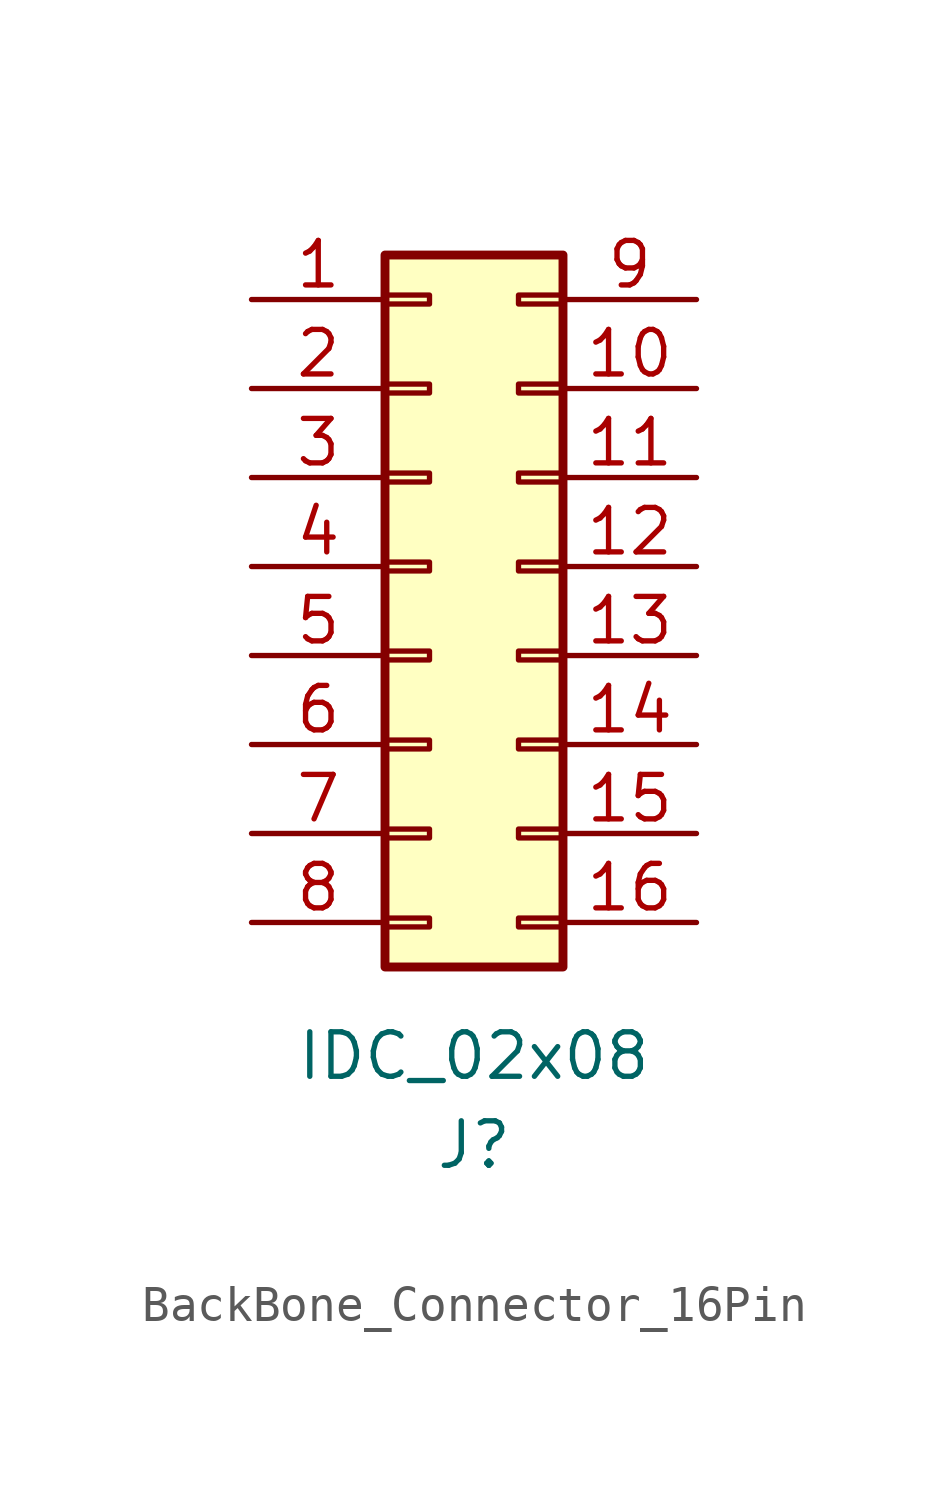
<source format=kicad_sym>
(kicad_symbol_lib
  (version 20231120)
  (generator "kicad_symbol_editor")
  (generator_version "8.0")
  (symbol "BackBone_Connector_16Pin"
    (pin_names
      (offset 1.016) hide)
    (property "Reference" "J"
      (at 1.27 -16.51 0)
      (effects (font (size 1.27 1.27))))
    (property "Value" "IDC_02x08"
      (at 1.27 -13.97 0)
      (effects (font (size 1.27 1.27))))
    (symbol "BackBone_Connector_16Pin_1_1"
      (rectangle (start -1.27 -10.033) (end 0 -10.287) (stroke (width 0.152) (type default)) (fill (type none)))
      (rectangle (start -1.27 -7.493) (end 0 -7.747) (stroke (width 0.152) (type default)) (fill (type none)))
      (rectangle (start -1.27 -4.953) (end 0 -5.207) (stroke (width 0.152) (type default)) (fill (type none)))
      (rectangle (start -1.27 -2.413) (end 0 -2.667) (stroke (width 0.152) (type default)) (fill (type none)))
      (rectangle (start -1.27 0.127) (end 0 -0.127) (stroke (width 0.152) (type default)) (fill (type none)))
      (rectangle (start -1.27 2.667) (end 0 2.413) (stroke (width 0.152) (type default)) (fill (type none)))
      (rectangle (start -1.27 5.207) (end 0 4.953) (stroke (width 0.152) (type default)) (fill (type none)))
      (rectangle (start -1.27 7.747) (end 0 7.493) (stroke (width 0.152) (type default)) (fill (type none)))
      (rectangle (start -1.27 8.89) (end 3.81 -11.43) (stroke (width 0.254) (type default)) (fill (type background)))
      (rectangle (start 3.81 -10.033) (end 2.54 -10.287) (stroke (width 0.152) (type default)) (fill (type none)))
      (rectangle (start 3.81 -7.493) (end 2.54 -7.747) (stroke (width 0.152) (type default)) (fill (type none)))
      (rectangle (start 3.81 -4.953) (end 2.54 -5.207) (stroke (width 0.152) (type default)) (fill (type none)))
      (rectangle (start 3.81 -2.413) (end 2.54 -2.667) (stroke (width 0.152) (type default)) (fill (type none)))
      (rectangle (start 3.81 0.127) (end 2.54 -0.127) (stroke (width 0.152) (type default)) (fill (type none)))
      (rectangle (start 3.81 2.667) (end 2.54 2.413) (stroke (width 0.152) (type default)) (fill (type none)))
      (rectangle (start 3.81 5.207) (end 2.54 4.953) (stroke (width 0.152) (type default)) (fill (type none)))
      (rectangle (start 3.81 7.747) (end 2.54 7.493) (stroke (width 0.152) (type default)) (fill (type none)))
      (pin passive line (at -5.08 7.62 0) (length 3.81) (name "Pin_1" (effects (font (size 1.27 1.27)))) (number "1" (effects (font (size 1.27 1.27)))))
      (pin passive line (at 7.62 5.08 180) (length 3.81) (name "Pin_10" (effects (font (size 1.27 1.27)))) (number "10" (effects (font (size 1.27 1.27)))))
      (pin passive line (at 7.62 2.54 180) (length 3.81) (name "Pin_11" (effects (font (size 1.27 1.27)))) (number "11" (effects (font (size 1.27 1.27)))))
      (pin passive line (at 7.62 0 180) (length 3.81) (name "Pin_12" (effects (font (size 1.27 1.27)))) (number "12" (effects (font (size 1.27 1.27)))))
      (pin passive line (at 7.62 -2.54 180) (length 3.81) (name "Pin_13" (effects (font (size 1.27 1.27)))) (number "13" (effects (font (size 1.27 1.27)))))
      (pin passive line (at 7.62 -5.08 180) (length 3.81) (name "Pin_14" (effects (font (size 1.27 1.27)))) (number "14" (effects (font (size 1.27 1.27)))))
      (pin passive line (at 7.62 -7.62 180) (length 3.81) (name "Pin_15" (effects (font (size 1.27 1.27)))) (number "15" (effects (font (size 1.27 1.27)))))
      (pin passive line (at 7.62 -10.16 180) (length 3.81) (name "Pin_16" (effects (font (size 1.27 1.27)))) (number "16" (effects (font (size 1.27 1.27)))))
      (pin passive line (at -5.08 5.08 0) (length 3.81) (name "Pin_2" (effects (font (size 1.27 1.27)))) (number "2" (effects (font (size 1.27 1.27)))))
      (pin passive line (at -5.08 2.54 0) (length 3.81) (name "Pin_3" (effects (font (size 1.27 1.27)))) (number "3" (effects (font (size 1.27 1.27)))))
      (pin passive line (at -5.08 0 0) (length 3.81) (name "Pin_4" (effects (font (size 1.27 1.27)))) (number "4" (effects (font (size 1.27 1.27)))))
      (pin passive line (at -5.08 -2.54 0) (length 3.81) (name "Pin_5" (effects (font (size 1.27 1.27)))) (number "5" (effects (font (size 1.27 1.27)))))
      (pin passive line (at -5.08 -5.08 0) (length 3.81) (name "Pin_6" (effects (font (size 1.27 1.27)))) (number "6" (effects (font (size 1.27 1.27)))))
      (pin passive line (at -5.08 -7.62 0) (length 3.81) (name "Pin_7" (effects (font (size 1.27 1.27)))) (number "7" (effects (font (size 1.27 1.27)))))
      (pin passive line (at -5.08 -10.16 0) (length 3.81) (name "Pin_8" (effects (font (size 1.27 1.27)))) (number "8" (effects (font (size 1.27 1.27)))))
      (pin passive line (at 7.62 7.62 180) (length 3.81) (name "Pin_9" (effects (font (size 1.27 1.27)))) (number "9" (effects (font (size 1.27 1.27))))))))
</source>
